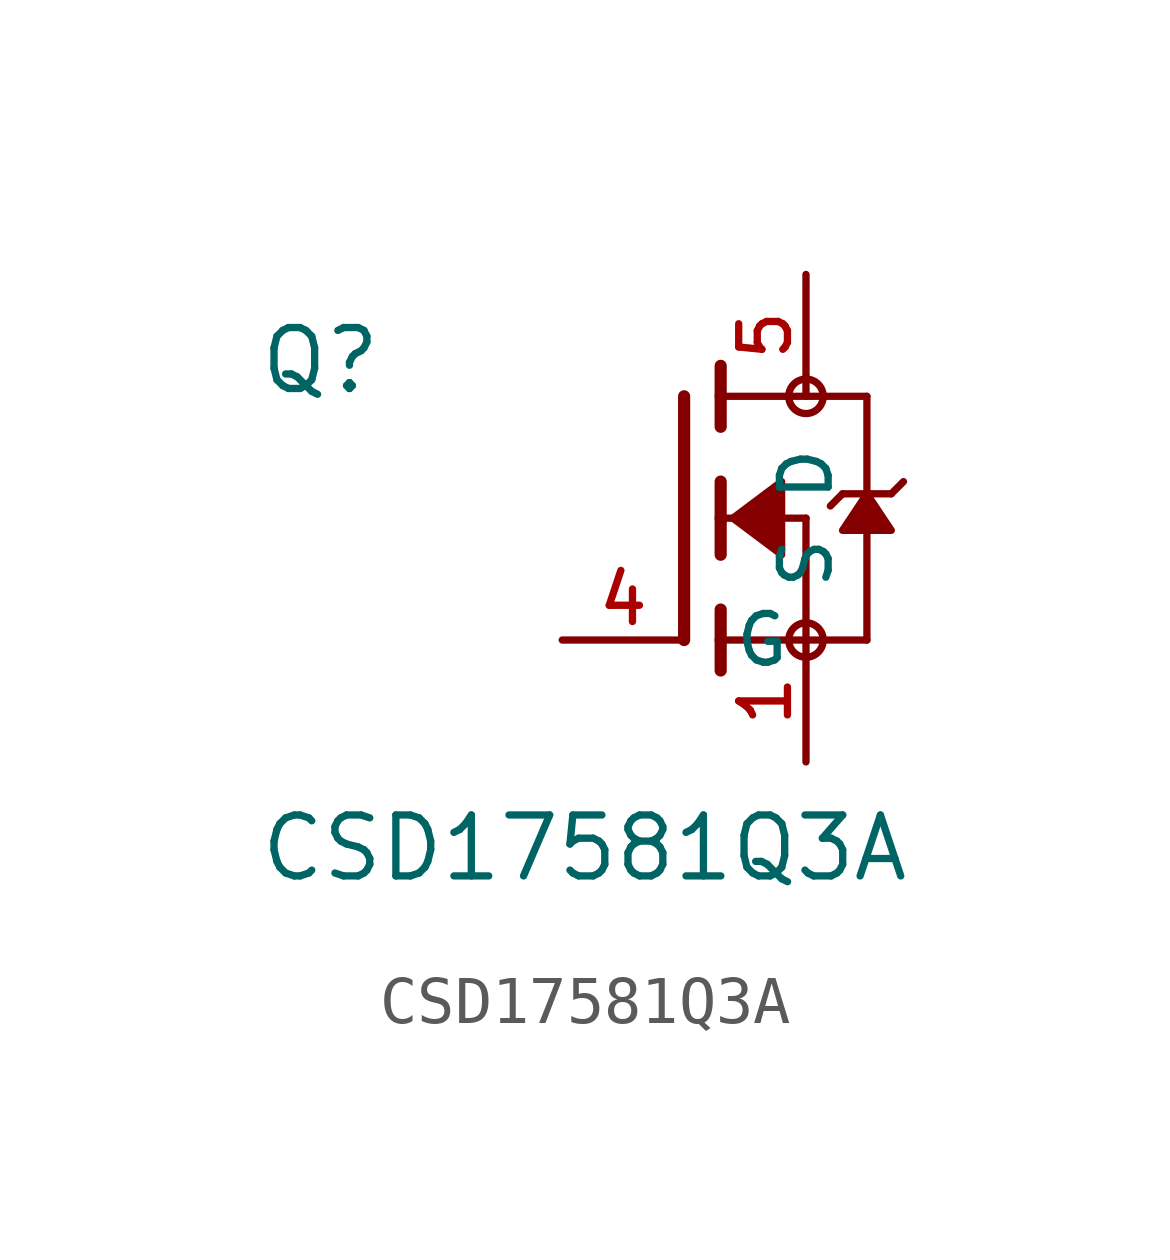
<source format=kicad_sym>
(kicad_symbol_lib
  (version 20231120)
  (generator "kicad_symbol_editor")
  (generator_version "8.0")
  (symbol "CSD17581Q3A"
    (pin_names
      (offset 1.016))
    (property "Reference" "Q"
      (at -8.89 2.54 0)
      (effects (font (size 1.27 1.27)) (justify left bottom)))
    (property "Value" "CSD17581Q3A"
      (at -8.89 -7.62 0)
      (effects (font (size 1.27 1.27)) (justify left bottom)))
    (symbol "CSD17581Q3A_0_0"
      (polyline (pts (xy 0 2.54) (xy 0 -2.54)) (stroke (width 0.254) (type default)) (fill (type none)))
      (polyline (pts (xy 0.762 -2.54) (xy 0.762 -3.175)) (stroke (width 0.254) (type default)) (fill (type none)))
      (polyline (pts (xy 0.762 -1.905) (xy 0.762 -2.54)) (stroke (width 0.254) (type default)) (fill (type none)))
      (polyline (pts (xy 0.762 0) (xy 0.762 -0.762)) (stroke (width 0.254) (type default)) (fill (type none)))
      (polyline (pts (xy 0.762 0) (xy 2.54 0)) (stroke (width 0.152) (type default)) (fill (type none)))
      (polyline (pts (xy 0.762 0.762) (xy 0.762 0)) (stroke (width 0.254) (type default)) (fill (type none)))
      (polyline (pts (xy 0.762 2.54) (xy 0.762 1.905)) (stroke (width 0.254) (type default)) (fill (type none)))
      (polyline (pts (xy 0.762 2.54) (xy 3.81 2.54)) (stroke (width 0.152) (type default)) (fill (type none)))
      (polyline (pts (xy 0.762 3.175) (xy 0.762 2.54)) (stroke (width 0.254) (type default)) (fill (type none)))
      (polyline (pts (xy 2.54 -2.54) (xy 0.762 -2.54)) (stroke (width 0.152) (type default)) (fill (type none)))
      (polyline (pts (xy 2.54 -2.54) (xy 3.81 -2.54)) (stroke (width 0.152) (type default)) (fill (type none)))
      (polyline (pts (xy 2.54 0) (xy 2.54 -2.54)) (stroke (width 0.152) (type default)) (fill (type none)))
      (polyline (pts (xy 3.302 0.508) (xy 3.048 0.254)) (stroke (width 0.152) (type default)) (fill (type none)))
      (polyline (pts (xy 3.81 0.508) (xy 3.302 0.508)) (stroke (width 0.152) (type default)) (fill (type none)))
      (polyline (pts (xy 3.81 0.508) (xy 3.81 -2.54)) (stroke (width 0.152) (type default)) (fill (type none)))
      (polyline (pts (xy 3.81 2.54) (xy 3.81 0.508)) (stroke (width 0.152) (type default)) (fill (type none)))
      (polyline (pts (xy 4.318 0.508) (xy 3.81 0.508)) (stroke (width 0.152) (type default)) (fill (type none)))
      (polyline (pts (xy 4.572 0.762) (xy 4.318 0.508)) (stroke (width 0.152) (type default)) (fill (type none)))
      (polyline (pts (xy 1.016 0) (xy 2.032 0.762) (xy 2.032 -0.762) (xy 1.016 0)) (stroke (width 0.152) (type default)) (fill (type outline)))
      (polyline (pts (xy 3.81 0.508) (xy 3.302 -0.254) (xy 4.318 -0.254) (xy 3.81 0.508)) (stroke (width 0.152) (type default)) (fill (type outline)))
      (circle (center 2.54 -2.54) (radius 0.359) (stroke (width 0) (type default)) (fill (type none)))
      (circle (center 2.54 2.54) (radius 0.359) (stroke (width 0) (type default)) (fill (type none))))
    (symbol "CSD17581Q3A_1_0"
      (pin passive line (at 2.54 -5.08 90) (length 2.54) (name "S" (effects (font (size 1.016 1.016)))) (number "1" (effects (font (size 1.016 1.016)))))
      (pin passive line (at 2.54 -5.08 90) (length 2.54) hide (name "S" (effects (font (size 1.016 1.016)))) (number "2" (effects (font (size 1.016 1.016)))))
      (pin passive line (at 2.54 -5.08 90) (length 2.54) hide (name "S" (effects (font (size 1.016 1.016)))) (number "3" (effects (font (size 1.016 1.016)))))
      (pin passive line (at -2.54 -2.54 0) (length 2.54) (name "G" (effects (font (size 1.016 1.016)))) (number "4" (effects (font (size 1.016 1.016)))))
      (pin passive line (at 2.54 5.08 270) (length 2.54) (name "D" (effects (font (size 1.016 1.016)))) (number "5" (effects (font (size 1.016 1.016))))))))
</source>
